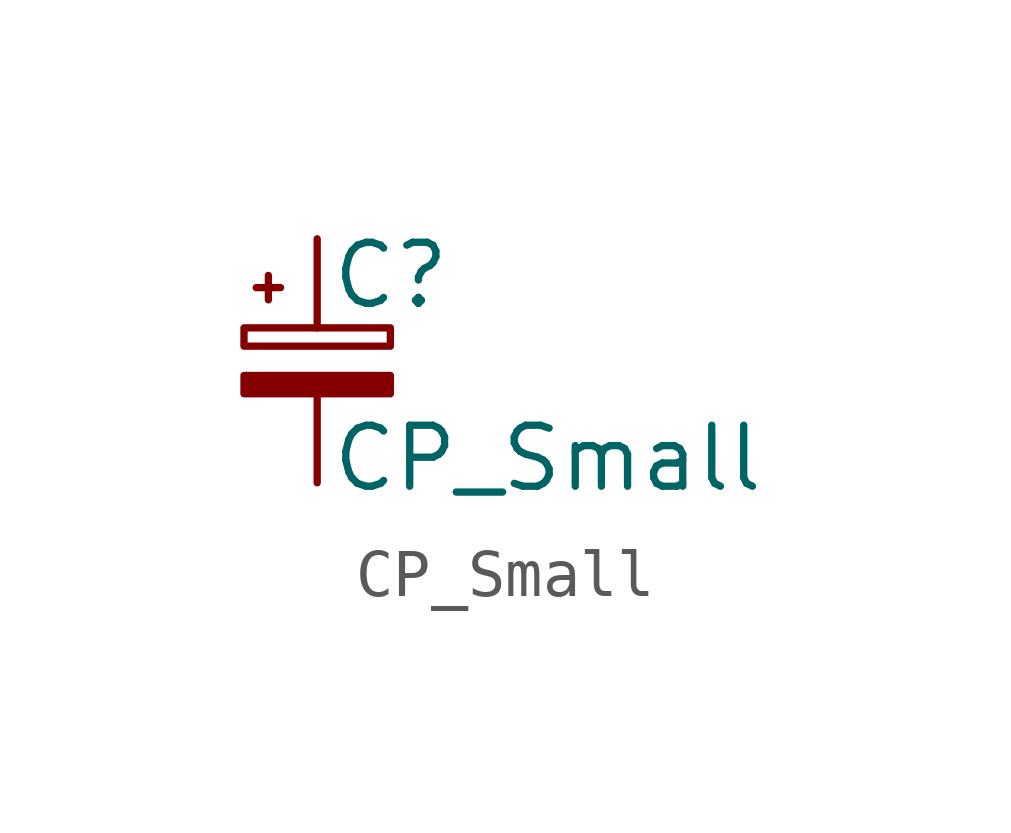
<source format=kicad_sym>
(kicad_symbol_lib
  (version 20241209)
  (generator "kicad_symbol_editor")
  (generator_version "9.0")
  (symbol "CP_Small"
    (pin_numbers
      (hide yes))
    (pin_names
      (offset 0.254)
      (hide yes))
    (property "Reference" "C"
      (at 0.254 1.778 0)
      (effects (font (size 1.27 1.27)) (justify left)))
    (property "Value" "CP_Small"
      (at 0.254 -2.032 0)
      (effects (font (size 1.27 1.27)) (justify left)))
    (symbol "CP_Small_0_1"
      (rectangle (start -1.524 0.686) (end 1.524 0.305) (stroke (width 0) (type solid)) (fill (type none)))
      (rectangle (start -1.524 -0.305) (end 1.524 -0.686) (stroke (width 0) (type solid)) (fill (type outline)))
      (polyline (pts (xy -1.27 1.524) (xy -0.762 1.524)) (stroke (width 0) (type solid)) (fill (type none)))
      (polyline (pts (xy -1.016 1.27) (xy -1.016 1.778)) (stroke (width 0) (type solid)) (fill (type none))))
    (symbol "CP_Small_1_1"
      (pin passive line (at 0 2.54 270) (length 1.854) (name "~" (effects (font (size 1.27 1.27)))) (number "1" (effects (font (size 1.27 1.27)))))
      (pin passive line (at 0 -2.54 90) (length 1.854) (name "~" (effects (font (size 1.27 1.27)))) (number "2" (effects (font (size 1.27 1.27))))))))
</source>
